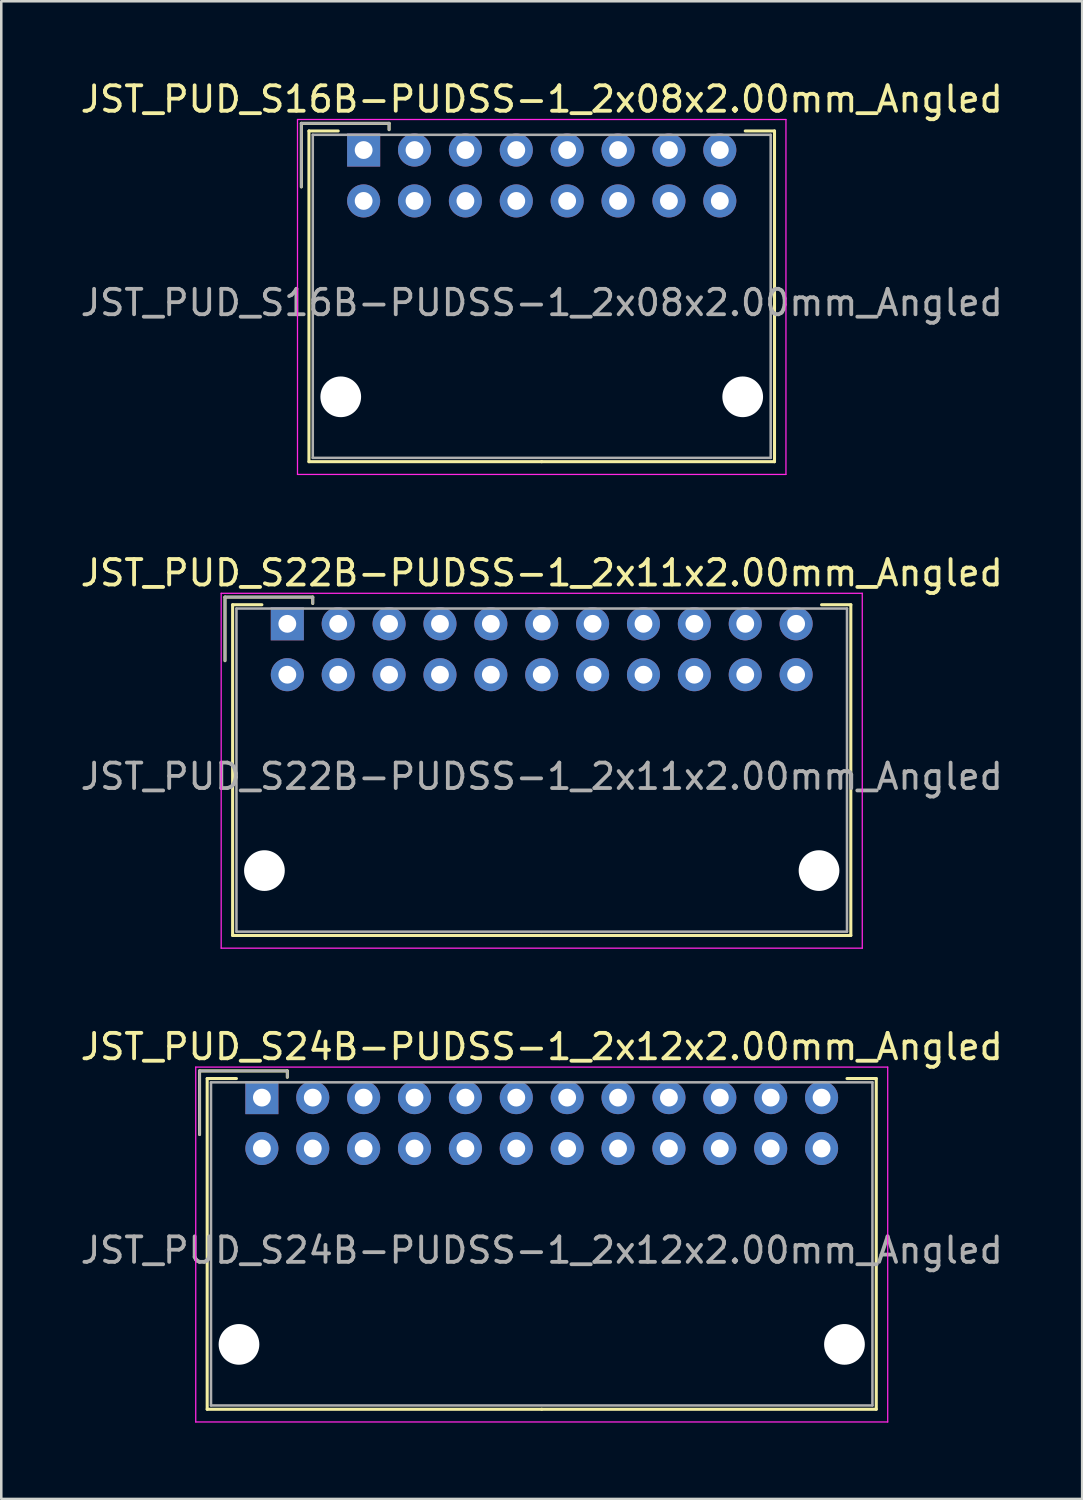
<source format=kicad_pcb>
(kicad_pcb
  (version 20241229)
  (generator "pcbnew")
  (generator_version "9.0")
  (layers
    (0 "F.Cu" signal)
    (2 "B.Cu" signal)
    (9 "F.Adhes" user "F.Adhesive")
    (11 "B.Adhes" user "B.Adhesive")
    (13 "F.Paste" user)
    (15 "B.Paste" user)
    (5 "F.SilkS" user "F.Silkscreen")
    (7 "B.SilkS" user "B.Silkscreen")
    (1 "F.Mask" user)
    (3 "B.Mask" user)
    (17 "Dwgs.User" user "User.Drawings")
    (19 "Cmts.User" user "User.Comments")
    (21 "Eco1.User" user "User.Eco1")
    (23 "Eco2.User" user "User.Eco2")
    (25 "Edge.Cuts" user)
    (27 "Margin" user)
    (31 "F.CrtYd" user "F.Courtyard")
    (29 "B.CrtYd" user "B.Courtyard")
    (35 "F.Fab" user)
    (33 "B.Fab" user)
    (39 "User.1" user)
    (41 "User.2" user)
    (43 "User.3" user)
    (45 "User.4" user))
  (footprint "JST_PUD_S24B-PUDSS-1_2x12x2.00mm_Angled"
    (layer "F.Cu")
    (at 7.244 40.095)
    (property "Reference" "JST_PUD_S24B-PUDSS-1_2x12x2.00mm_Angled" (at 11 -2 0) (layer "F.SilkS") (effects (font (size 1 1) (thickness 0.15))))
    (attr through_hole)
    (fp_line (start -2.45 -1.05) (end -2.45 1.45) (stroke (width 0.12) (type solid)) (layer "F.SilkS"))
    (fp_line (start -2.15 -0.75) (end -2.15 12.25) (stroke (width 0.12) (type solid)) (layer "F.SilkS"))
    (fp_line (start -2.15 12.25) (end 11 12.25) (stroke (width 0.12) (type solid)) (layer "F.SilkS"))
    (fp_line (start -1 -0.75) (end -2.15 -0.75) (stroke (width 0.12) (type solid)) (layer "F.SilkS"))
    (fp_line (start 1 -1.05) (end -2.45 -1.05) (stroke (width 0.12) (type solid)) (layer "F.SilkS"))
    (fp_line (start 1 -0.8) (end 1 -1.05) (stroke (width 0.12) (type solid)) (layer "F.SilkS"))
    (fp_line (start 23 -0.75) (end 24.15 -0.75) (stroke (width 0.12) (type solid)) (layer "F.SilkS"))
    (fp_line (start 24.15 -0.75) (end 24.15 12.25) (stroke (width 0.12) (type solid)) (layer "F.SilkS"))
    (fp_line (start 24.15 12.25) (end 11 12.25) (stroke (width 0.12) (type solid)) (layer "F.SilkS"))
    (fp_line (start -2.6 -1.2) (end -2.6 12.75) (stroke (width 0.05) (type solid)) (layer "F.CrtYd"))
    (fp_line (start -2.6 12.75) (end 24.6 12.75) (stroke (width 0.05) (type solid)) (layer "F.CrtYd"))
    (fp_line (start 24.6 -1.2) (end -2.6 -1.2) (stroke (width 0.05) (type solid)) (layer "F.CrtYd"))
    (fp_line (start 24.6 12.75) (end 24.6 -1.2) (stroke (width 0.05) (type solid)) (layer "F.CrtYd"))
    (fp_line (start -2.45 -1.05) (end -2.45 1.45) (stroke (width 0.1) (type solid)) (layer "F.Fab"))
    (fp_line (start -2 -0.6) (end -2 12.1) (stroke (width 0.1) (type solid)) (layer "F.Fab"))
    (fp_line (start -2 12.1) (end 24 12.1) (stroke (width 0.1) (type solid)) (layer "F.Fab"))
    (fp_line (start 1 -1.05) (end -2.45 -1.05) (stroke (width 0.1) (type solid)) (layer "F.Fab"))
    (fp_line (start 1 -0.8) (end 1 -1.05) (stroke (width 0.1) (type solid)) (layer "F.Fab"))
    (fp_line (start 24 -0.6) (end -2 -0.6) (stroke (width 0.1) (type solid)) (layer "F.Fab"))
    (fp_line (start 24 12.1) (end 24 -0.6) (stroke (width 0.1) (type solid)) (layer "F.Fab"))
    (fp_text user "${REFERENCE}" (at 11 6 0) (layer "F.Fab") (effects (font (size 1 1) (thickness 0.15))))
    (pad "" np_thru_hole circle (at -0.9 9.7) (size 1.6 1.6) (drill 1.6) (layers "*.Cu"))
    (pad "" np_thru_hole circle (at 22.9 9.7) (size 1.6 1.6) (drill 1.6) (layers "*.Cu"))
    (pad "1" thru_hole rect (at 0 0) (size 1.3 1.3) (drill 0.7) (layers "*.Cu" "*.Mask"))
    (pad "2" thru_hole circle (at 0 2) (size 1.3 1.3) (drill 0.7) (layers "*.Cu" "*.Mask"))
    (pad "3" thru_hole circle (at 2 0) (size 1.3 1.3) (drill 0.7) (layers "*.Cu" "*.Mask"))
    (pad "4" thru_hole circle (at 2 2) (size 1.3 1.3) (drill 0.7) (layers "*.Cu" "*.Mask"))
    (pad "5" thru_hole circle (at 4 0) (size 1.3 1.3) (drill 0.7) (layers "*.Cu" "*.Mask"))
    (pad "6" thru_hole circle (at 4 2) (size 1.3 1.3) (drill 0.7) (layers "*.Cu" "*.Mask"))
    (pad "7" thru_hole circle (at 6 0) (size 1.3 1.3) (drill 0.7) (layers "*.Cu" "*.Mask"))
    (pad "8" thru_hole circle (at 6 2) (size 1.3 1.3) (drill 0.7) (layers "*.Cu" "*.Mask"))
    (pad "9" thru_hole circle (at 8 0) (size 1.3 1.3) (drill 0.7) (layers "*.Cu" "*.Mask"))
    (pad "10" thru_hole circle (at 8 2) (size 1.3 1.3) (drill 0.7) (layers "*.Cu" "*.Mask"))
    (pad "11" thru_hole circle (at 10 0) (size 1.3 1.3) (drill 0.7) (layers "*.Cu" "*.Mask"))
    (pad "12" thru_hole circle (at 10 2) (size 1.3 1.3) (drill 0.7) (layers "*.Cu" "*.Mask"))
    (pad "13" thru_hole circle (at 12 0) (size 1.3 1.3) (drill 0.7) (layers "*.Cu" "*.Mask"))
    (pad "14" thru_hole circle (at 12 2) (size 1.3 1.3) (drill 0.7) (layers "*.Cu" "*.Mask"))
    (pad "15" thru_hole circle (at 14 0) (size 1.3 1.3) (drill 0.7) (layers "*.Cu" "*.Mask"))
    (pad "16" thru_hole circle (at 14 2) (size 1.3 1.3) (drill 0.7) (layers "*.Cu" "*.Mask"))
    (pad "17" thru_hole circle (at 16 0) (size 1.3 1.3) (drill 0.7) (layers "*.Cu" "*.Mask"))
    (pad "18" thru_hole circle (at 16 2) (size 1.3 1.3) (drill 0.7) (layers "*.Cu" "*.Mask"))
    (pad "19" thru_hole circle (at 18 0) (size 1.3 1.3) (drill 0.7) (layers "*.Cu" "*.Mask"))
    (pad "20" thru_hole circle (at 18 2) (size 1.3 1.3) (drill 0.7) (layers "*.Cu" "*.Mask"))
    (pad "21" thru_hole circle (at 20 0) (size 1.3 1.3) (drill 0.7) (layers "*.Cu" "*.Mask"))
    (pad "22" thru_hole circle (at 20 2) (size 1.3 1.3) (drill 0.7) (layers "*.Cu" "*.Mask"))
    (pad "23" thru_hole circle (at 22 0) (size 1.3 1.3) (drill 0.7) (layers "*.Cu" "*.Mask"))
    (pad "24" thru_hole circle (at 22 2) (size 1.3 1.3) (drill 0.7) (layers "*.Cu" "*.Mask")))
  (footprint "JST_PUD_S16B-PUDSS-1_2x08x2.00mm_Angled"
    (layer "F.Cu")
    (at 11.244 2.848)
    (property "Reference" "JST_PUD_S16B-PUDSS-1_2x08x2.00mm_Angled" (at 7 -2 0) (layer "F.SilkS") (effects (font (size 1 1) (thickness 0.15))))
    (attr through_hole)
    (fp_line (start -2.45 -1.05) (end -2.45 1.45) (stroke (width 0.12) (type solid)) (layer "F.SilkS"))
    (fp_line (start -2.15 -0.75) (end -2.15 12.25) (stroke (width 0.12) (type solid)) (layer "F.SilkS"))
    (fp_line (start -2.15 12.25) (end 7 12.25) (stroke (width 0.12) (type solid)) (layer "F.SilkS"))
    (fp_line (start -1 -0.75) (end -2.15 -0.75) (stroke (width 0.12) (type solid)) (layer "F.SilkS"))
    (fp_line (start 1 -1.05) (end -2.45 -1.05) (stroke (width 0.12) (type solid)) (layer "F.SilkS"))
    (fp_line (start 1 -0.8) (end 1 -1.05) (stroke (width 0.12) (type solid)) (layer "F.SilkS"))
    (fp_line (start 15 -0.75) (end 16.15 -0.75) (stroke (width 0.12) (type solid)) (layer "F.SilkS"))
    (fp_line (start 16.15 -0.75) (end 16.15 12.25) (stroke (width 0.12) (type solid)) (layer "F.SilkS"))
    (fp_line (start 16.15 12.25) (end 7 12.25) (stroke (width 0.12) (type solid)) (layer "F.SilkS"))
    (fp_line (start -2.6 -1.2) (end -2.6 12.75) (stroke (width 0.05) (type solid)) (layer "F.CrtYd"))
    (fp_line (start -2.6 12.75) (end 16.6 12.75) (stroke (width 0.05) (type solid)) (layer "F.CrtYd"))
    (fp_line (start 16.6 -1.2) (end -2.6 -1.2) (stroke (width 0.05) (type solid)) (layer "F.CrtYd"))
    (fp_line (start 16.6 12.75) (end 16.6 -1.2) (stroke (width 0.05) (type solid)) (layer "F.CrtYd"))
    (fp_line (start -2.45 -1.05) (end -2.45 1.45) (stroke (width 0.1) (type solid)) (layer "F.Fab"))
    (fp_line (start -2 -0.6) (end -2 12.1) (stroke (width 0.1) (type solid)) (layer "F.Fab"))
    (fp_line (start -2 12.1) (end 16 12.1) (stroke (width 0.1) (type solid)) (layer "F.Fab"))
    (fp_line (start 1 -1.05) (end -2.45 -1.05) (stroke (width 0.1) (type solid)) (layer "F.Fab"))
    (fp_line (start 1 -0.8) (end 1 -1.05) (stroke (width 0.1) (type solid)) (layer "F.Fab"))
    (fp_line (start 16 -0.6) (end -2 -0.6) (stroke (width 0.1) (type solid)) (layer "F.Fab"))
    (fp_line (start 16 12.1) (end 16 -0.6) (stroke (width 0.1) (type solid)) (layer "F.Fab"))
    (fp_text user "${REFERENCE}" (at 7 6 0) (layer "F.Fab") (effects (font (size 1 1) (thickness 0.15))))
    (pad "" np_thru_hole circle (at -0.9 9.7) (size 1.6 1.6) (drill 1.6) (layers "*.Cu"))
    (pad "" np_thru_hole circle (at 14.9 9.7) (size 1.6 1.6) (drill 1.6) (layers "*.Cu"))
    (pad "1" thru_hole rect (at 0 0) (size 1.3 1.3) (drill 0.7) (layers "*.Cu" "*.Mask"))
    (pad "2" thru_hole circle (at 0 2) (size 1.3 1.3) (drill 0.7) (layers "*.Cu" "*.Mask"))
    (pad "3" thru_hole circle (at 2 0) (size 1.3 1.3) (drill 0.7) (layers "*.Cu" "*.Mask"))
    (pad "4" thru_hole circle (at 2 2) (size 1.3 1.3) (drill 0.7) (layers "*.Cu" "*.Mask"))
    (pad "5" thru_hole circle (at 4 0) (size 1.3 1.3) (drill 0.7) (layers "*.Cu" "*.Mask"))
    (pad "6" thru_hole circle (at 4 2) (size 1.3 1.3) (drill 0.7) (layers "*.Cu" "*.Mask"))
    (pad "7" thru_hole circle (at 6 0) (size 1.3 1.3) (drill 0.7) (layers "*.Cu" "*.Mask"))
    (pad "8" thru_hole circle (at 6 2) (size 1.3 1.3) (drill 0.7) (layers "*.Cu" "*.Mask"))
    (pad "9" thru_hole circle (at 8 0) (size 1.3 1.3) (drill 0.7) (layers "*.Cu" "*.Mask"))
    (pad "10" thru_hole circle (at 8 2) (size 1.3 1.3) (drill 0.7) (layers "*.Cu" "*.Mask"))
    (pad "11" thru_hole circle (at 10 0) (size 1.3 1.3) (drill 0.7) (layers "*.Cu" "*.Mask"))
    (pad "12" thru_hole circle (at 10 2) (size 1.3 1.3) (drill 0.7) (layers "*.Cu" "*.Mask"))
    (pad "13" thru_hole circle (at 12 0) (size 1.3 1.3) (drill 0.7) (layers "*.Cu" "*.Mask"))
    (pad "14" thru_hole circle (at 12 2) (size 1.3 1.3) (drill 0.7) (layers "*.Cu" "*.Mask"))
    (pad "15" thru_hole circle (at 14 0) (size 1.3 1.3) (drill 0.7) (layers "*.Cu" "*.Mask"))
    (pad "16" thru_hole circle (at 14 2) (size 1.3 1.3) (drill 0.7) (layers "*.Cu" "*.Mask")))
  (footprint "JST_PUD_S22B-PUDSS-1_2x11x2.00mm_Angled"
    (layer "F.Cu")
    (at 8.244 21.471)
    (property "Reference" "JST_PUD_S22B-PUDSS-1_2x11x2.00mm_Angled" (at 10 -2 0) (layer "F.SilkS") (effects (font (size 1 1) (thickness 0.15))))
    (attr through_hole)
    (fp_line (start -2.45 -1.05) (end -2.45 1.45) (stroke (width 0.12) (type solid)) (layer "F.SilkS"))
    (fp_line (start -2.15 -0.75) (end -2.15 12.25) (stroke (width 0.12) (type solid)) (layer "F.SilkS"))
    (fp_line (start -2.15 12.25) (end 10 12.25) (stroke (width 0.12) (type solid)) (layer "F.SilkS"))
    (fp_line (start -1 -0.75) (end -2.15 -0.75) (stroke (width 0.12) (type solid)) (layer "F.SilkS"))
    (fp_line (start 1 -1.05) (end -2.45 -1.05) (stroke (width 0.12) (type solid)) (layer "F.SilkS"))
    (fp_line (start 1 -0.8) (end 1 -1.05) (stroke (width 0.12) (type solid)) (layer "F.SilkS"))
    (fp_line (start 21 -0.75) (end 22.15 -0.75) (stroke (width 0.12) (type solid)) (layer "F.SilkS"))
    (fp_line (start 22.15 -0.75) (end 22.15 12.25) (stroke (width 0.12) (type solid)) (layer "F.SilkS"))
    (fp_line (start 22.15 12.25) (end 10 12.25) (stroke (width 0.12) (type solid)) (layer "F.SilkS"))
    (fp_line (start -2.6 -1.2) (end -2.6 12.75) (stroke (width 0.05) (type solid)) (layer "F.CrtYd"))
    (fp_line (start -2.6 12.75) (end 22.6 12.75) (stroke (width 0.05) (type solid)) (layer "F.CrtYd"))
    (fp_line (start 22.6 -1.2) (end -2.6 -1.2) (stroke (width 0.05) (type solid)) (layer "F.CrtYd"))
    (fp_line (start 22.6 12.75) (end 22.6 -1.2) (stroke (width 0.05) (type solid)) (layer "F.CrtYd"))
    (fp_line (start -2.45 -1.05) (end -2.45 1.45) (stroke (width 0.1) (type solid)) (layer "F.Fab"))
    (fp_line (start -2 -0.6) (end -2 12.1) (stroke (width 0.1) (type solid)) (layer "F.Fab"))
    (fp_line (start -2 12.1) (end 22 12.1) (stroke (width 0.1) (type solid)) (layer "F.Fab"))
    (fp_line (start 1 -1.05) (end -2.45 -1.05) (stroke (width 0.1) (type solid)) (layer "F.Fab"))
    (fp_line (start 1 -0.8) (end 1 -1.05) (stroke (width 0.1) (type solid)) (layer "F.Fab"))
    (fp_line (start 22 -0.6) (end -2 -0.6) (stroke (width 0.1) (type solid)) (layer "F.Fab"))
    (fp_line (start 22 12.1) (end 22 -0.6) (stroke (width 0.1) (type solid)) (layer "F.Fab"))
    (fp_text user "${REFERENCE}" (at 10 6 0) (layer "F.Fab") (effects (font (size 1 1) (thickness 0.15))))
    (pad "" np_thru_hole circle (at -0.9 9.7) (size 1.6 1.6) (drill 1.6) (layers "*.Cu"))
    (pad "" np_thru_hole circle (at 20.9 9.7) (size 1.6 1.6) (drill 1.6) (layers "*.Cu"))
    (pad "1" thru_hole rect (at 0 0) (size 1.3 1.3) (drill 0.7) (layers "*.Cu" "*.Mask"))
    (pad "2" thru_hole circle (at 0 2) (size 1.3 1.3) (drill 0.7) (layers "*.Cu" "*.Mask"))
    (pad "3" thru_hole circle (at 2 0) (size 1.3 1.3) (drill 0.7) (layers "*.Cu" "*.Mask"))
    (pad "4" thru_hole circle (at 2 2) (size 1.3 1.3) (drill 0.7) (layers "*.Cu" "*.Mask"))
    (pad "5" thru_hole circle (at 4 0) (size 1.3 1.3) (drill 0.7) (layers "*.Cu" "*.Mask"))
    (pad "6" thru_hole circle (at 4 2) (size 1.3 1.3) (drill 0.7) (layers "*.Cu" "*.Mask"))
    (pad "7" thru_hole circle (at 6 0) (size 1.3 1.3) (drill 0.7) (layers "*.Cu" "*.Mask"))
    (pad "8" thru_hole circle (at 6 2) (size 1.3 1.3) (drill 0.7) (layers "*.Cu" "*.Mask"))
    (pad "9" thru_hole circle (at 8 0) (size 1.3 1.3) (drill 0.7) (layers "*.Cu" "*.Mask"))
    (pad "10" thru_hole circle (at 8 2) (size 1.3 1.3) (drill 0.7) (layers "*.Cu" "*.Mask"))
    (pad "11" thru_hole circle (at 10 0) (size 1.3 1.3) (drill 0.7) (layers "*.Cu" "*.Mask"))
    (pad "12" thru_hole circle (at 10 2) (size 1.3 1.3) (drill 0.7) (layers "*.Cu" "*.Mask"))
    (pad "13" thru_hole circle (at 12 0) (size 1.3 1.3) (drill 0.7) (layers "*.Cu" "*.Mask"))
    (pad "14" thru_hole circle (at 12 2) (size 1.3 1.3) (drill 0.7) (layers "*.Cu" "*.Mask"))
    (pad "15" thru_hole circle (at 14 0) (size 1.3 1.3) (drill 0.7) (layers "*.Cu" "*.Mask"))
    (pad "16" thru_hole circle (at 14 2) (size 1.3 1.3) (drill 0.7) (layers "*.Cu" "*.Mask"))
    (pad "17" thru_hole circle (at 16 0) (size 1.3 1.3) (drill 0.7) (layers "*.Cu" "*.Mask"))
    (pad "18" thru_hole circle (at 16 2) (size 1.3 1.3) (drill 0.7) (layers "*.Cu" "*.Mask"))
    (pad "19" thru_hole circle (at 18 0) (size 1.3 1.3) (drill 0.7) (layers "*.Cu" "*.Mask"))
    (pad "20" thru_hole circle (at 18 2) (size 1.3 1.3) (drill 0.7) (layers "*.Cu" "*.Mask"))
    (pad "21" thru_hole circle (at 20 0) (size 1.3 1.3) (drill 0.7) (layers "*.Cu" "*.Mask"))
    (pad "22" thru_hole circle (at 20 2) (size 1.3 1.3) (drill 0.7) (layers "*.Cu" "*.Mask")))
  (gr_rect
    (start -3 -3)
    (end 39.488 55.87)
    (stroke (width 0.1) (type default))
    (fill no)
    (layer "Edge.Cuts")))
</source>
